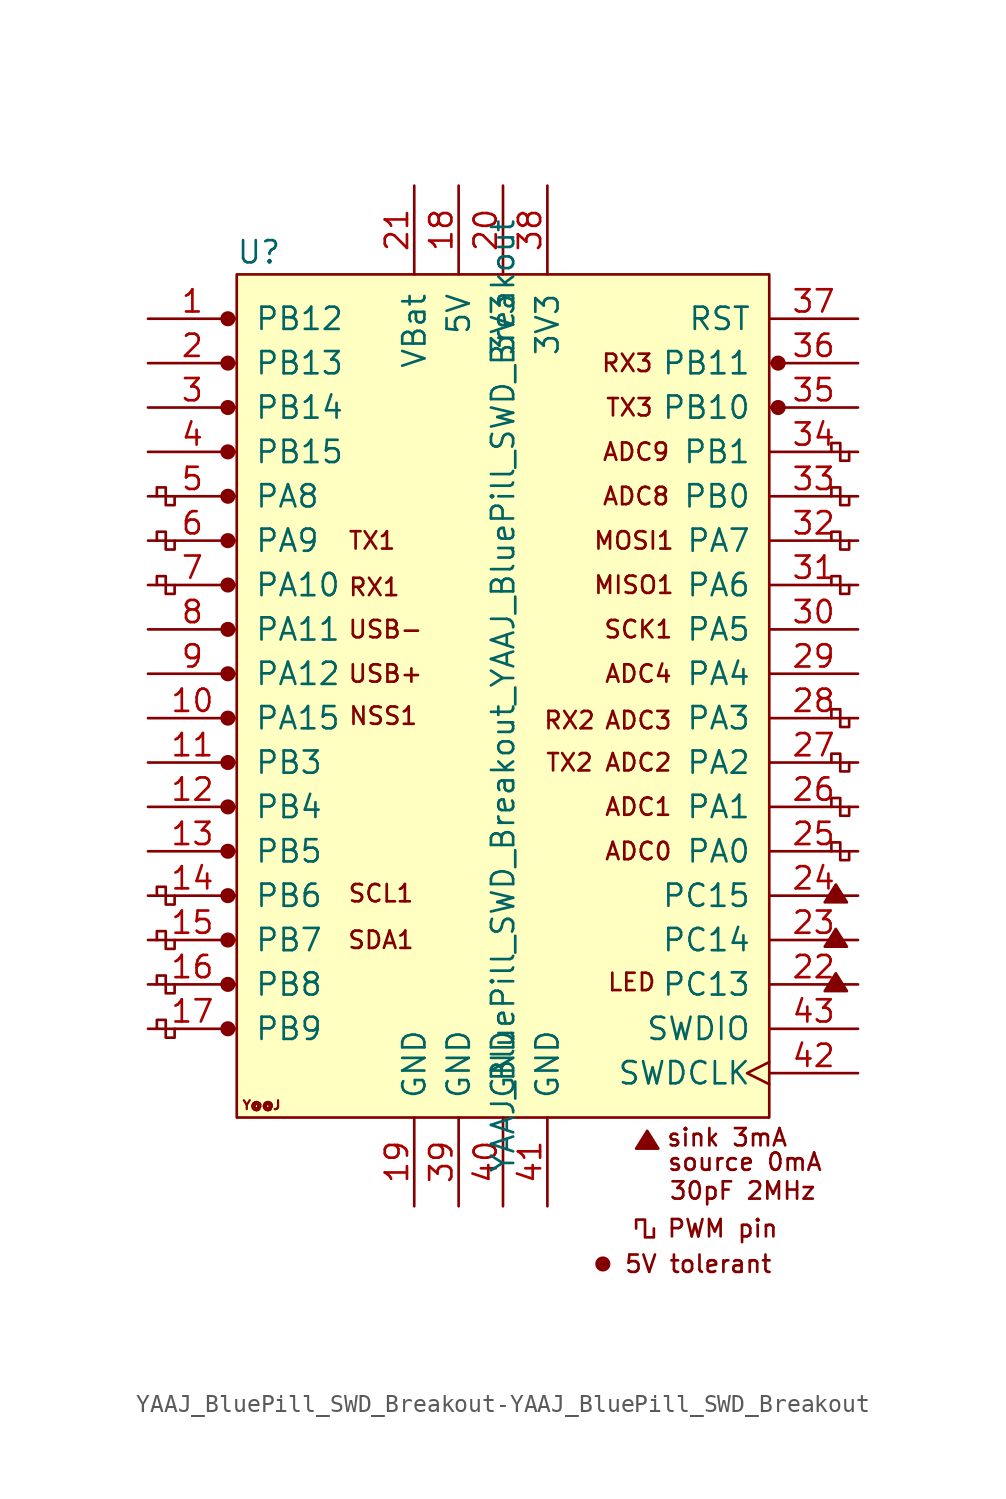
<source format=kicad_sym>
(kicad_symbol_lib
  (version 20220914)
  (generator kicad_symbol_editor)
  (symbol "YAAJ_BluePill_SWD_Breakout-YAAJ_BluePill_SWD_Breakout"
    (pin_names
      (offset 1.016))
    (property "Reference" "U"
      (at -13.97 24.13 0)
      (effects (font (size 1.27 1.27))))
    (property "Value" "YAAJ_BluePill_SWD_Breakout_YAAJ_BluePill_SWD_Breakout"
      (at 0 -1.27 90)
      (effects (font (size 1.27 1.27))))
    (symbol "YAAJ_BluePill_SWD_Breakout-YAAJ_BluePill_SWD_Breakout_0_0"
      (circle (center -15.748 -20.32) (radius 0.356) (stroke (width 0) (type solid)) (fill (type outline)))
      (circle (center -15.748 -17.78) (radius 0.356) (stroke (width 0) (type solid)) (fill (type outline)))
      (circle (center -15.748 -15.24) (radius 0.356) (stroke (width 0) (type solid)) (fill (type outline)))
      (circle (center -15.748 -12.7) (radius 0.356) (stroke (width 0) (type solid)) (fill (type outline)))
      (circle (center -15.748 -10.16) (radius 0.356) (stroke (width 0) (type solid)) (fill (type outline)))
      (circle (center -15.748 -7.62) (radius 0.356) (stroke (width 0) (type solid)) (fill (type outline)))
      (circle (center -15.748 -5.08) (radius 0.356) (stroke (width 0) (type solid)) (fill (type outline)))
      (circle (center -15.748 -2.54) (radius 0.356) (stroke (width 0) (type solid)) (fill (type outline)))
      (circle (center -15.748 0) (radius 0.356) (stroke (width 0) (type solid)) (fill (type outline)))
      (circle (center -15.748 2.54) (radius 0.356) (stroke (width 0) (type solid)) (fill (type outline)))
      (circle (center -15.748 5.08) (radius 0.356) (stroke (width 0) (type solid)) (fill (type outline)))
      (circle (center -15.748 7.62) (radius 0.356) (stroke (width 0) (type solid)) (fill (type outline)))
      (circle (center -15.748 10.16) (radius 0.356) (stroke (width 0) (type solid)) (fill (type outline)))
      (circle (center -15.748 12.7) (radius 0.356) (stroke (width 0) (type solid)) (fill (type outline)))
      (circle (center -15.748 15.24) (radius 0.356) (stroke (width 0) (type solid)) (fill (type outline)))
      (circle (center -15.748 20.32) (radius 0.356) (stroke (width 0) (type solid)) (fill (type outline)))
      (polyline (pts (xy 7.62 -27.178) (xy 8.255 -26.162) (xy 8.89 -27.178) (xy 7.62 -27.178) (xy 8.255 -26.289) (xy 8.763 -27.178) (xy 7.747 -27.051) (xy 8.255 -26.416) (xy 8.636 -27.178) (xy 7.874 -26.924) (xy 8.382 -26.543) (xy 8.509 -27.178) (xy 8.001 -26.797) (xy 8.509 -26.67) (xy 8.382 -27.051) (xy 8.128 -26.797) (xy 8.382 -26.924) (xy 8.255 -26.67)) (stroke (width 0) (type solid)) (fill (type none)))
      (polyline (pts (xy 18.415 -18.161) (xy 19.05 -17.145) (xy 19.685 -18.161) (xy 18.415 -18.161) (xy 19.05 -17.272) (xy 19.558 -18.161) (xy 18.542 -18.034) (xy 19.05 -17.399) (xy 19.431 -18.161) (xy 18.669 -17.907) (xy 19.177 -17.526) (xy 19.304 -18.161) (xy 18.796 -17.78) (xy 19.304 -17.653) (xy 19.177 -18.034) (xy 18.923 -17.78) (xy 19.177 -17.907) (xy 19.05 -17.653)) (stroke (width 0) (type solid)) (fill (type none)))
      (polyline (pts (xy 18.415 -15.621) (xy 19.05 -14.605) (xy 19.685 -15.621) (xy 18.415 -15.621) (xy 19.05 -14.732) (xy 19.558 -15.621) (xy 18.542 -15.494) (xy 19.05 -14.859) (xy 19.431 -15.621) (xy 18.669 -15.367) (xy 19.177 -14.986) (xy 19.304 -15.621) (xy 18.796 -15.24) (xy 19.304 -15.113) (xy 19.177 -15.494) (xy 18.923 -15.24) (xy 19.177 -15.367) (xy 19.05 -15.113)) (stroke (width 0) (type solid)) (fill (type none)))
      (polyline (pts (xy 18.415 -13.081) (xy 19.05 -12.065) (xy 19.685 -13.081) (xy 18.415 -13.081) (xy 19.05 -12.192) (xy 19.558 -13.081) (xy 18.542 -12.954) (xy 19.05 -12.319) (xy 19.431 -13.081) (xy 18.669 -12.827) (xy 19.177 -12.446) (xy 19.304 -13.081) (xy 18.796 -12.7) (xy 19.304 -12.573) (xy 19.177 -12.954) (xy 18.923 -12.7) (xy 19.177 -12.827) (xy 19.05 -12.573)) (stroke (width 0) (type solid)) (fill (type none)))
      (circle (center 5.715 -33.782) (radius 0.127) (stroke (width 0) (type solid)) (fill (type outline)))
      (circle (center 5.715 -33.782) (radius 0.254) (stroke (width 0) (type solid)) (fill (type none)))
      (circle (center 5.715 -33.782) (radius 0.356) (stroke (width 0) (type solid)) (fill (type none)))
      (circle (center 15.748 15.24) (radius 0.254) (stroke (width 0) (type solid)) (fill (type outline)))
      (circle (center 15.748 15.24) (radius 0.356) (stroke (width 0) (type solid)) (fill (type none)))
      (circle (center 15.748 17.78) (radius 0.254) (stroke (width 0) (type solid)) (fill (type outline)))
      (circle (center 15.748 17.78) (radius 0.356) (stroke (width 0) (type solid)) (fill (type none)))
      (text "30pF 2MHz" (at 13.716 -29.591 0) (effects (font (size 0.991 0.991))))
      (text "5V tolerant" (at 11.176 -33.782 0) (effects (font (size 0.991 0.991))))
      (text "ADC0" (at 7.747 -10.16 0) (effects (font (size 0.991 0.991))))
      (text "ADC1" (at 7.747 -7.62 0) (effects (font (size 0.991 0.991))))
      (text "ADC2" (at 7.747 -5.08 0) (effects (font (size 0.991 0.991))))
      (text "ADC3" (at 7.747 -2.667 0) (effects (font (size 0.991 0.991))))
      (text "ADC4" (at 7.747 0 0) (effects (font (size 0.991 0.991))))
      (text "ADC8" (at 7.62 10.16 0) (effects (font (size 0.991 0.991))))
      (text "ADC9" (at 7.62 12.7 0) (effects (font (size 0.991 0.991))))
      (text "LED" (at 7.366 -17.653 0) (effects (font (size 0.991 0.991))))
      (text "MISO1" (at 7.493 5.08 0) (effects (font (size 0.991 0.991))))
      (text "MOSI1" (at 7.493 7.62 0) (effects (font (size 0.991 0.991))))
      (text "NSS1" (at -6.858 -2.413 0) (effects (font (size 0.991 0.991))))
      (text "PWM pin" (at 12.573 -31.75 0) (effects (font (size 0.991 0.991))))
      (text "RX1" (at -7.366 4.953 0) (effects (font (size 0.991 0.991))))
      (text "RX2" (at 3.81 -2.667 0) (effects (font (size 0.991 0.991))))
      (text "RX3" (at 7.112 17.78 0) (effects (font (size 0.991 0.991))))
      (text "SCK1" (at 7.747 2.54 0) (effects (font (size 0.991 0.991))))
      (text "SCL1" (at -6.985 -12.573 0) (effects (font (size 0.991 0.991))))
      (text "SDA1" (at -6.985 -15.24 0) (effects (font (size 0.991 0.991))))
      (text "sink 3mA" (at 12.827 -26.543 0) (effects (font (size 0.991 0.991))))
      (text "source 0mA" (at 13.843 -27.94 0) (effects (font (size 0.991 0.991))))
      (text "TX1" (at -7.493 7.62 0) (effects (font (size 0.991 0.991))))
      (text "TX2" (at 3.81 -5.08 0) (effects (font (size 0.991 0.991))))
      (text "TX3" (at 7.239 15.24 0) (effects (font (size 0.991 0.991))))
      (text "USB+" (at -6.731 0 0) (effects (font (size 0.991 0.991))))
      (text "USB-" (at -6.731 2.54 0) (effects (font (size 0.991 0.991))))
      (text "Y@@J" (at -13.818 -24.689 0) (effects (font (size 0.508 0.508)))))
    (symbol "YAAJ_BluePill_SWD_Breakout-YAAJ_BluePill_SWD_Breakout_0_1"
      (rectangle (start -15.24 22.86) (end 15.24 -25.4) (stroke (width 0) (type solid)) (fill (type background)))
      (polyline (pts (xy -18.796 -20.32) (xy -18.796 -20.828) (xy -19.304 -20.828) (xy -19.304 -19.812) (xy -19.812 -19.812) (xy -19.812 -20.32)) (stroke (width 0) (type solid)) (fill (type none)))
      (polyline (pts (xy -18.796 -17.78) (xy -18.796 -18.288) (xy -19.304 -18.288) (xy -19.304 -17.272) (xy -19.812 -17.272) (xy -19.812 -17.78)) (stroke (width 0) (type solid)) (fill (type none)))
      (polyline (pts (xy -18.796 -15.24) (xy -18.796 -15.748) (xy -19.304 -15.748) (xy -19.304 -14.732) (xy -19.812 -14.732) (xy -19.812 -15.24)) (stroke (width 0) (type solid)) (fill (type none)))
      (polyline (pts (xy -18.796 -12.7) (xy -18.796 -13.208) (xy -19.304 -13.208) (xy -19.304 -12.192) (xy -19.812 -12.192) (xy -19.812 -12.7)) (stroke (width 0) (type solid)) (fill (type none)))
      (polyline (pts (xy -18.796 5.08) (xy -18.796 4.572) (xy -19.304 4.572) (xy -19.304 5.588) (xy -19.812 5.588) (xy -19.812 5.08)) (stroke (width 0) (type solid)) (fill (type none)))
      (polyline (pts (xy -18.796 7.62) (xy -18.796 7.112) (xy -19.304 7.112) (xy -19.304 8.128) (xy -19.812 8.128) (xy -19.812 7.62)) (stroke (width 0) (type solid)) (fill (type none)))
      (polyline (pts (xy -18.796 10.16) (xy -18.796 9.652) (xy -19.304 9.652) (xy -19.304 10.668) (xy -19.812 10.668) (xy -19.812 10.16)) (stroke (width 0) (type solid)) (fill (type none)))
      (polyline (pts (xy 8.636 -31.75) (xy 8.636 -32.258) (xy 8.128 -32.258) (xy 8.128 -31.242) (xy 7.62 -31.242) (xy 7.62 -31.75)) (stroke (width 0) (type solid)) (fill (type none)))
      (polyline (pts (xy 19.812 -10.16) (xy 19.812 -10.668) (xy 19.304 -10.668) (xy 19.304 -9.652) (xy 18.796 -9.652) (xy 18.796 -10.16)) (stroke (width 0) (type solid)) (fill (type none)))
      (polyline (pts (xy 19.812 -7.62) (xy 19.812 -8.128) (xy 19.304 -8.128) (xy 19.304 -7.112) (xy 18.796 -7.112) (xy 18.796 -7.62)) (stroke (width 0) (type solid)) (fill (type none)))
      (polyline (pts (xy 19.812 -5.08) (xy 19.812 -5.588) (xy 19.304 -5.588) (xy 19.304 -4.572) (xy 18.796 -4.572) (xy 18.796 -5.08)) (stroke (width 0) (type solid)) (fill (type none)))
      (polyline (pts (xy 19.812 -2.54) (xy 19.812 -3.048) (xy 19.304 -3.048) (xy 19.304 -2.032) (xy 18.796 -2.032) (xy 18.796 -2.54)) (stroke (width 0) (type solid)) (fill (type none)))
      (polyline (pts (xy 19.812 5.08) (xy 19.812 4.572) (xy 19.304 4.572) (xy 19.304 5.588) (xy 18.796 5.588) (xy 18.796 5.08)) (stroke (width 0) (type solid)) (fill (type none)))
      (polyline (pts (xy 19.812 7.62) (xy 19.812 7.112) (xy 19.304 7.112) (xy 19.304 8.128) (xy 18.796 8.128) (xy 18.796 7.62)) (stroke (width 0) (type solid)) (fill (type none)))
      (polyline (pts (xy 19.812 10.16) (xy 19.812 9.652) (xy 19.304 9.652) (xy 19.304 10.668) (xy 18.796 10.668) (xy 18.796 10.16)) (stroke (width 0) (type solid)) (fill (type none)))
      (polyline (pts (xy 19.812 12.7) (xy 19.812 12.192) (xy 19.304 12.192) (xy 19.304 13.208) (xy 18.796 13.208) (xy 18.796 12.7)) (stroke (width 0) (type solid)) (fill (type none))))
    (symbol "YAAJ_BluePill_SWD_Breakout-YAAJ_BluePill_SWD_Breakout_1_1"
      (circle (center -15.748 17.78) (radius 0.356) (stroke (width 0) (type solid)) (fill (type outline)))
      (pin bidirectional line (at -20.32 20.32 0) (length 5.08) (name "PB12" (effects (font (size 1.27 1.27)))) (number "1" (effects (font (size 1.27 1.27)))))
      (pin bidirectional line (at -20.32 -2.54 0) (length 5.08) (name "PA15" (effects (font (size 1.27 1.27)))) (number "10" (effects (font (size 1.27 1.27)))))
      (pin bidirectional line (at -20.32 -5.08 0) (length 5.08) (name "PB3" (effects (font (size 1.27 1.27)))) (number "11" (effects (font (size 1.27 1.27)))))
      (pin bidirectional line (at -20.32 -7.62 0) (length 5.08) (name "PB4" (effects (font (size 1.27 1.27)))) (number "12" (effects (font (size 1.27 1.27)))))
      (pin bidirectional line (at -20.32 -10.16 0) (length 5.08) (name "PB5" (effects (font (size 1.27 1.27)))) (number "13" (effects (font (size 1.27 1.27)))))
      (pin bidirectional line (at -20.32 -12.7 0) (length 5.08) (name "PB6" (effects (font (size 1.27 1.27)))) (number "14" (effects (font (size 1.27 1.27)))))
      (pin bidirectional line (at -20.32 -15.24 0) (length 5.08) (name "PB7" (effects (font (size 1.27 1.27)))) (number "15" (effects (font (size 1.27 1.27)))))
      (pin bidirectional line (at -20.32 -17.78 0) (length 5.08) (name "PB8" (effects (font (size 1.27 1.27)))) (number "16" (effects (font (size 1.27 1.27)))))
      (pin bidirectional line (at -20.32 -20.32 0) (length 5.08) (name "PB9" (effects (font (size 1.27 1.27)))) (number "17" (effects (font (size 1.27 1.27)))))
      (pin power_in line (at -2.54 27.94 270) (length 5.08) (name "5V" (effects (font (size 1.27 1.27)))) (number "18" (effects (font (size 1.27 1.27)))))
      (pin power_in line (at -5.08 -30.48 90) (length 5.08) (name "GND" (effects (font (size 1.27 1.27)))) (number "19" (effects (font (size 1.27 1.27)))))
      (pin bidirectional line (at -20.32 17.78 0) (length 5.08) (name "PB13" (effects (font (size 1.27 1.27)))) (number "2" (effects (font (size 1.27 1.27)))))
      (pin power_in line (at 0 27.94 270) (length 5.08) (name "3V3" (effects (font (size 1.27 1.27)))) (number "20" (effects (font (size 1.27 1.27)))))
      (pin power_in line (at -5.08 27.94 270) (length 5.08) (name "VBat" (effects (font (size 1.27 1.27)))) (number "21" (effects (font (size 1.27 1.27)))))
      (pin bidirectional line (at 20.32 -17.78 180) (length 5.08) (name "PC13" (effects (font (size 1.27 1.27)))) (number "22" (effects (font (size 1.27 1.27)))))
      (pin bidirectional line (at 20.32 -15.24 180) (length 5.08) (name "PC14" (effects (font (size 1.27 1.27)))) (number "23" (effects (font (size 1.27 1.27)))))
      (pin bidirectional line (at 20.32 -12.7 180) (length 5.08) (name "PC15" (effects (font (size 1.27 1.27)))) (number "24" (effects (font (size 1.27 1.27)))))
      (pin bidirectional line (at 20.32 -10.16 180) (length 5.08) (name "PA0" (effects (font (size 1.27 1.27)))) (number "25" (effects (font (size 1.27 1.27)))))
      (pin bidirectional line (at 20.32 -7.62 180) (length 5.08) (name "PA1" (effects (font (size 1.27 1.27)))) (number "26" (effects (font (size 1.27 1.27)))))
      (pin bidirectional line (at 20.32 -5.08 180) (length 5.08) (name "PA2" (effects (font (size 1.27 1.27)))) (number "27" (effects (font (size 1.27 1.27)))))
      (pin bidirectional line (at 20.32 -2.54 180) (length 5.08) (name "PA3" (effects (font (size 1.27 1.27)))) (number "28" (effects (font (size 1.27 1.27)))))
      (pin bidirectional line (at 20.32 0 180) (length 5.08) (name "PA4" (effects (font (size 1.27 1.27)))) (number "29" (effects (font (size 1.27 1.27)))))
      (pin bidirectional line (at -20.32 15.24 0) (length 5.08) (name "PB14" (effects (font (size 1.27 1.27)))) (number "3" (effects (font (size 1.27 1.27)))))
      (pin bidirectional line (at 20.32 2.54 180) (length 5.08) (name "PA5" (effects (font (size 1.27 1.27)))) (number "30" (effects (font (size 1.27 1.27)))))
      (pin bidirectional line (at 20.32 5.08 180) (length 5.08) (name "PA6" (effects (font (size 1.27 1.27)))) (number "31" (effects (font (size 1.27 1.27)))))
      (pin bidirectional line (at 20.32 7.62 180) (length 5.08) (name "PA7" (effects (font (size 1.27 1.27)))) (number "32" (effects (font (size 1.27 1.27)))))
      (pin bidirectional line (at 20.32 10.16 180) (length 5.08) (name "PB0" (effects (font (size 1.27 1.27)))) (number "33" (effects (font (size 1.27 1.27)))))
      (pin bidirectional line (at 20.32 12.7 180) (length 5.08) (name "PB1" (effects (font (size 1.27 1.27)))) (number "34" (effects (font (size 1.27 1.27)))))
      (pin bidirectional line (at 20.32 15.24 180) (length 5.08) (name "PB10" (effects (font (size 1.27 1.27)))) (number "35" (effects (font (size 1.27 1.27)))))
      (pin bidirectional line (at 20.32 17.78 180) (length 5.08) (name "PB11" (effects (font (size 1.27 1.27)))) (number "36" (effects (font (size 1.27 1.27)))))
      (pin input line (at 20.32 20.32 180) (length 5.08) (name "RST" (effects (font (size 1.27 1.27)))) (number "37" (effects (font (size 1.27 1.27)))))
      (pin power_in line (at 2.54 27.94 270) (length 5.08) (name "3V3" (effects (font (size 1.27 1.27)))) (number "38" (effects (font (size 1.27 1.27)))))
      (pin power_in line (at -2.54 -30.48 90) (length 5.08) (name "GND" (effects (font (size 1.27 1.27)))) (number "39" (effects (font (size 1.27 1.27)))))
      (pin bidirectional line (at -20.32 12.7 0) (length 5.08) (name "PB15" (effects (font (size 1.27 1.27)))) (number "4" (effects (font (size 1.27 1.27)))))
      (pin power_in line (at 0 -30.48 90) (length 5.08) (name "GND" (effects (font (size 1.27 1.27)))) (number "40" (effects (font (size 1.27 1.27)))))
      (pin power_in line (at 2.54 -30.48 90) (length 5.08) (name "GND" (effects (font (size 1.27 1.27)))) (number "41" (effects (font (size 1.27 1.27)))))
      (pin input clock (at 20.32 -22.86 180) (length 5.08) (name "SWDCLK" (effects (font (size 1.27 1.27)))) (number "42" (effects (font (size 1.27 1.27)))))
      (pin bidirectional line (at 20.32 -20.32 180) (length 5.08) (name "SWDIO" (effects (font (size 1.27 1.27)))) (number "43" (effects (font (size 1.27 1.27)))))
      (pin bidirectional line (at -20.32 10.16 0) (length 5.08) (name "PA8" (effects (font (size 1.27 1.27)))) (number "5" (effects (font (size 1.27 1.27)))))
      (pin bidirectional line (at -20.32 7.62 0) (length 5.08) (name "PA9" (effects (font (size 1.27 1.27)))) (number "6" (effects (font (size 1.27 1.27)))))
      (pin bidirectional line (at -20.32 5.08 0) (length 5.08) (name "PA10" (effects (font (size 1.27 1.27)))) (number "7" (effects (font (size 1.27 1.27)))))
      (pin bidirectional line (at -20.32 2.54 0) (length 5.08) (name "PA11" (effects (font (size 1.27 1.27)))) (number "8" (effects (font (size 1.27 1.27)))))
      (pin bidirectional line (at -20.32 0 0) (length 5.08) (name "PA12" (effects (font (size 1.27 1.27)))) (number "9" (effects (font (size 1.27 1.27))))))))
</source>
